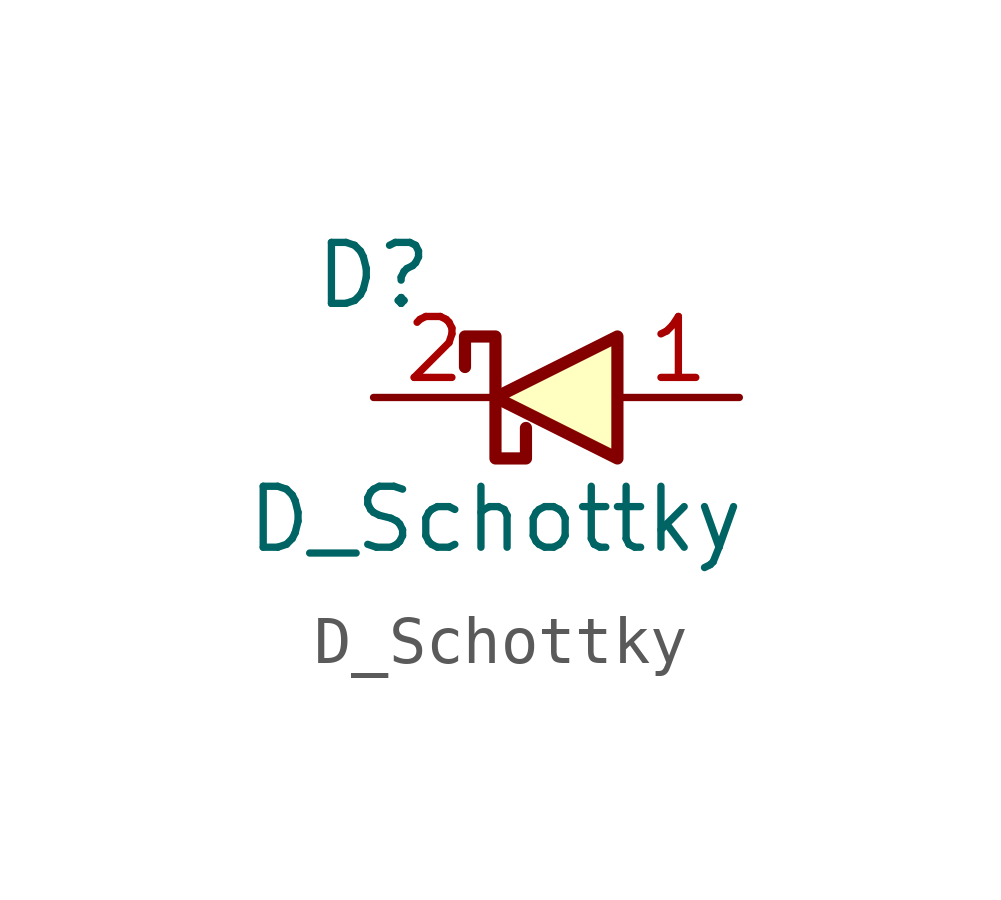
<source format=kicad_sym>
(kicad_symbol_lib
  (version 20220914)
  (generator kicad_symbol_editor)
  (symbol "D_Schottky"
    (property "Reference" "D"
      (at -2.54 2.54 0)
      (effects (font (size 1.27 1.27))))
    (property "Value" "D_Schottky"
      (at 0 -2.54 0)
      (effects (font (size 1.27 1.27))))
    (symbol "D_Schottky_0_1"
      (polyline (pts (xy 2.54 1.27) (xy 2.54 -1.27) (xy 0 0) (xy 2.54 1.27)) (stroke (width 0.254) (type default)) (fill (type background)))
      (polyline (pts (xy -0.635 0.635) (xy -0.635 1.27) (xy 0 1.27) (xy 0 -1.27) (xy 0.635 -1.27) (xy 0.635 -0.635)) (stroke (width 0.254) (type default)) (fill (type none))))
    (symbol "D_Schottky_1_1"
      (pin passive line (at 5.08 0 180) (length 2.54) (name "" (effects (font (size 1.27 1.27)))) (number "1" (effects (font (size 1.27 1.27)))))
      (pin passive line (at -2.54 0 0) (length 2.54) (name "" (effects (font (size 1.27 1.27)))) (number "2" (effects (font (size 1.27 1.27))))))))
</source>
